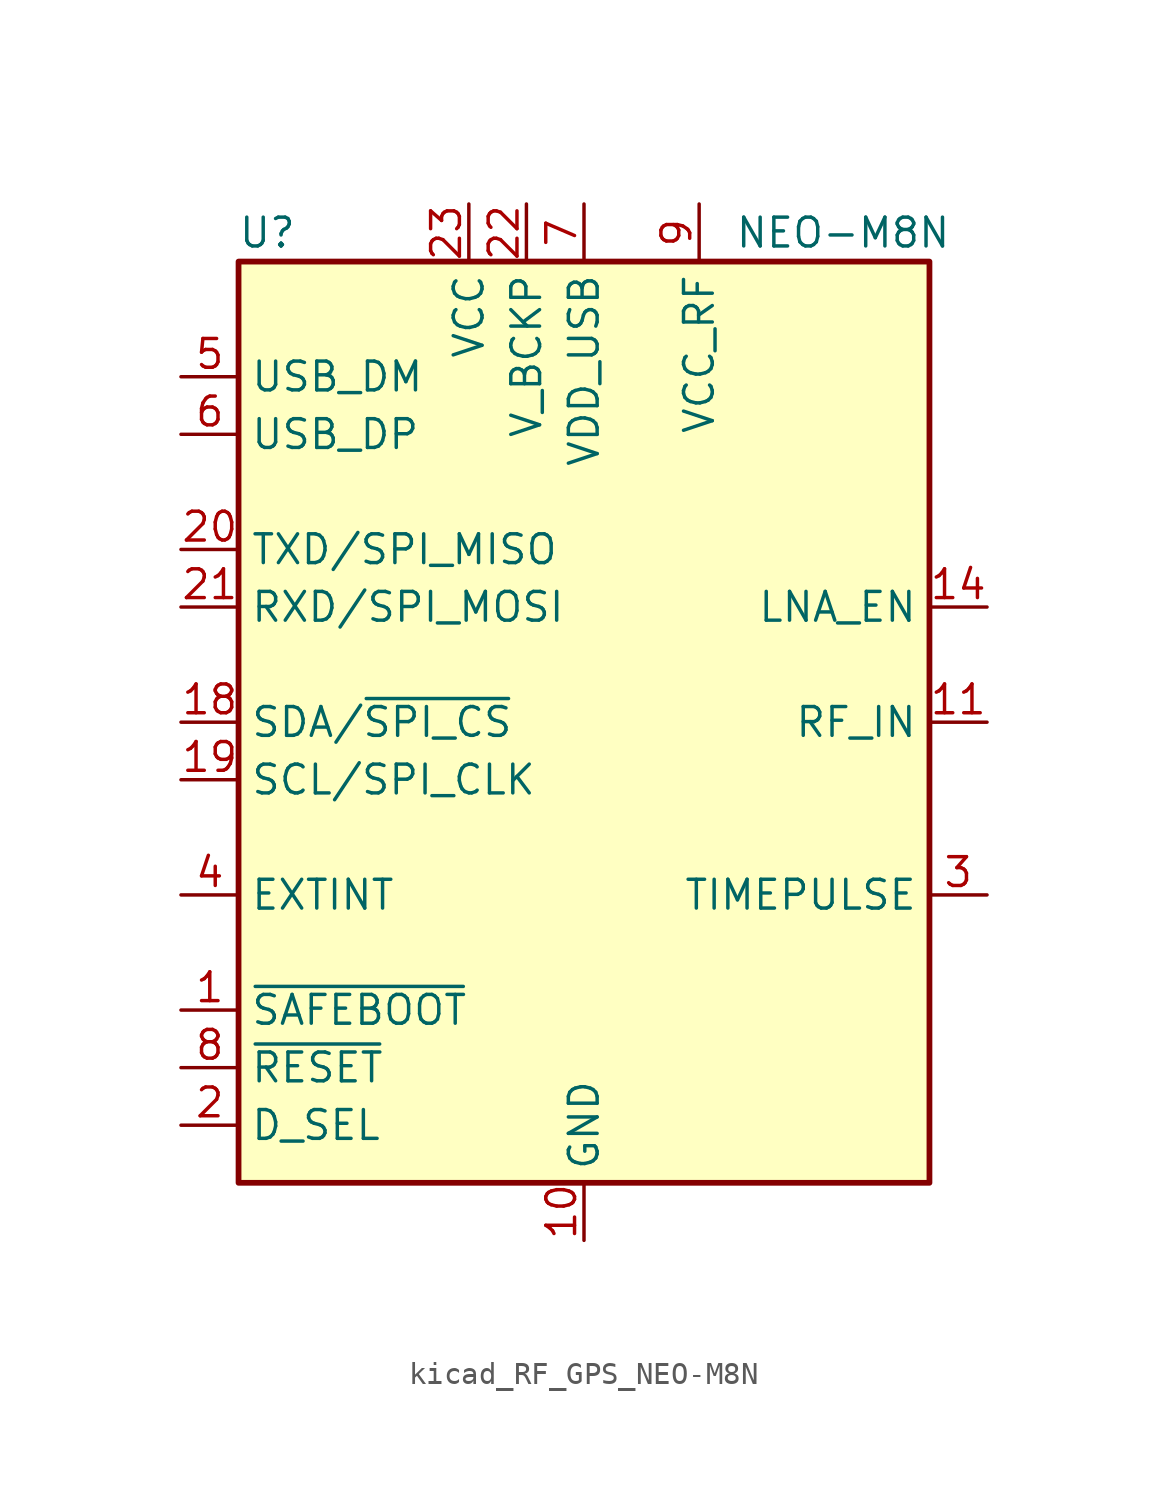
<source format=kicad_sym>
(kicad_symbol_lib
  (version 20220914)
  (generator kicad_symbol_editor)
  (symbol "kicad_RF_GPS_NEO-M8N"
    (property "Reference" "U"
      (at -13.97 21.59 0)
      (effects (font (size 1.27 1.27))))
    (property "Value" "NEO-M8N"
      (at 11.43 21.59 0)
      (effects (font (size 1.27 1.27))))
    (symbol "kicad_RF_GPS_NEO-M8N_0_1"
      (rectangle (start -15.24 20.32) (end 15.24 -20.32) (stroke (width 0.254) (type default)) (fill (type background))))
    (symbol "kicad_RF_GPS_NEO-M8N_1_1"
      (pin input line (at -17.78 -12.7 0) (length 2.54) (name "~{SAFEBOOT}" (effects (font (size 1.27 1.27)))) (number "1" (effects (font (size 1.27 1.27)))))
      (pin power_in line (at 0 -22.86 90) (length 2.54) (name "GND" (effects (font (size 1.27 1.27)))) (number "10" (effects (font (size 1.27 1.27)))))
      (pin input line (at 17.78 0 180) (length 2.54) (name "RF_IN" (effects (font (size 1.27 1.27)))) (number "11" (effects (font (size 1.27 1.27)))))
      (pin passive line (at 0 -22.86 90) (length 2.54) hide (name "GND" (effects (font (size 1.27 1.27)))) (number "12" (effects (font (size 1.27 1.27)))))
      (pin passive line (at 0 -22.86 90) (length 2.54) hide (name "GND" (effects (font (size 1.27 1.27)))) (number "13" (effects (font (size 1.27 1.27)))))
      (pin output line (at 17.78 5.08 180) (length 2.54) (name "LNA_EN" (effects (font (size 1.27 1.27)))) (number "14" (effects (font (size 1.27 1.27)))))
      (pin no_connect line (at 15.24 -10.16 180) (length 2.54) hide (name "RESERVED" (effects (font (size 1.27 1.27)))) (number "15" (effects (font (size 1.27 1.27)))))
      (pin no_connect line (at 15.24 -12.7 180) (length 2.54) hide (name "RESERVED" (effects (font (size 1.27 1.27)))) (number "16" (effects (font (size 1.27 1.27)))))
      (pin no_connect line (at 15.24 -15.24 180) (length 2.54) hide (name "RESERVED" (effects (font (size 1.27 1.27)))) (number "17" (effects (font (size 1.27 1.27)))))
      (pin bidirectional line (at -17.78 0 0) (length 2.54) (name "SDA/~{SPI_CS}" (effects (font (size 1.27 1.27)))) (number "18" (effects (font (size 1.27 1.27)))))
      (pin input line (at -17.78 -2.54 0) (length 2.54) (name "SCL/SPI_CLK" (effects (font (size 1.27 1.27)))) (number "19" (effects (font (size 1.27 1.27)))))
      (pin input line (at -17.78 -17.78 0) (length 2.54) (name "D_SEL" (effects (font (size 1.27 1.27)))) (number "2" (effects (font (size 1.27 1.27)))))
      (pin output line (at -17.78 7.62 0) (length 2.54) (name "TXD/SPI_MISO" (effects (font (size 1.27 1.27)))) (number "20" (effects (font (size 1.27 1.27)))))
      (pin input line (at -17.78 5.08 0) (length 2.54) (name "RXD/SPI_MOSI" (effects (font (size 1.27 1.27)))) (number "21" (effects (font (size 1.27 1.27)))))
      (pin power_in line (at -2.54 22.86 270) (length 2.54) (name "V_BCKP" (effects (font (size 1.27 1.27)))) (number "22" (effects (font (size 1.27 1.27)))))
      (pin power_in line (at -5.08 22.86 270) (length 2.54) (name "VCC" (effects (font (size 1.27 1.27)))) (number "23" (effects (font (size 1.27 1.27)))))
      (pin passive line (at 0 -22.86 90) (length 2.54) hide (name "GND" (effects (font (size 1.27 1.27)))) (number "24" (effects (font (size 1.27 1.27)))))
      (pin output line (at 17.78 -7.62 180) (length 2.54) (name "TIMEPULSE" (effects (font (size 1.27 1.27)))) (number "3" (effects (font (size 1.27 1.27)))))
      (pin input line (at -17.78 -7.62 0) (length 2.54) (name "EXTINT" (effects (font (size 1.27 1.27)))) (number "4" (effects (font (size 1.27 1.27)))))
      (pin bidirectional line (at -17.78 15.24 0) (length 2.54) (name "USB_DM" (effects (font (size 1.27 1.27)))) (number "5" (effects (font (size 1.27 1.27)))))
      (pin bidirectional line (at -17.78 12.7 0) (length 2.54) (name "USB_DP" (effects (font (size 1.27 1.27)))) (number "6" (effects (font (size 1.27 1.27)))))
      (pin power_in line (at 0 22.86 270) (length 2.54) (name "VDD_USB" (effects (font (size 1.27 1.27)))) (number "7" (effects (font (size 1.27 1.27)))))
      (pin input line (at -17.78 -15.24 0) (length 2.54) (name "~{RESET}" (effects (font (size 1.27 1.27)))) (number "8" (effects (font (size 1.27 1.27)))))
      (pin power_out line (at 5.08 22.86 270) (length 2.54) (name "VCC_RF" (effects (font (size 1.27 1.27)))) (number "9" (effects (font (size 1.27 1.27))))))))
</source>
